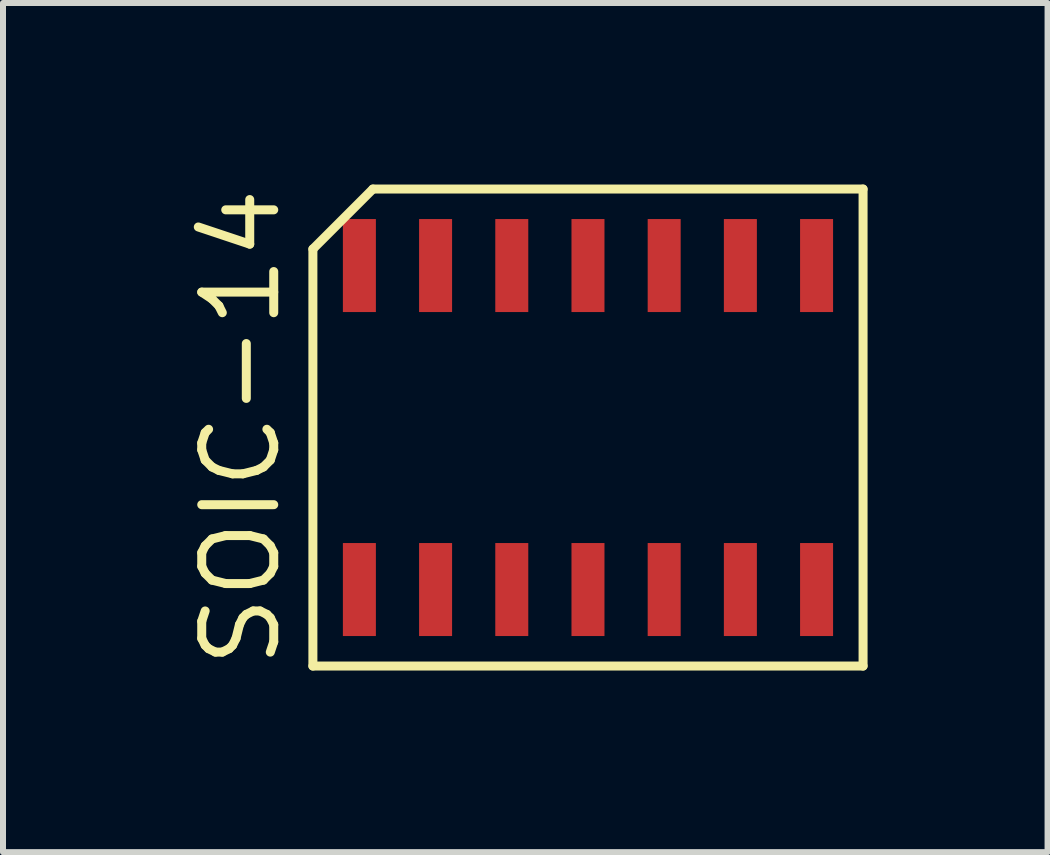
<source format=kicad_pcb>
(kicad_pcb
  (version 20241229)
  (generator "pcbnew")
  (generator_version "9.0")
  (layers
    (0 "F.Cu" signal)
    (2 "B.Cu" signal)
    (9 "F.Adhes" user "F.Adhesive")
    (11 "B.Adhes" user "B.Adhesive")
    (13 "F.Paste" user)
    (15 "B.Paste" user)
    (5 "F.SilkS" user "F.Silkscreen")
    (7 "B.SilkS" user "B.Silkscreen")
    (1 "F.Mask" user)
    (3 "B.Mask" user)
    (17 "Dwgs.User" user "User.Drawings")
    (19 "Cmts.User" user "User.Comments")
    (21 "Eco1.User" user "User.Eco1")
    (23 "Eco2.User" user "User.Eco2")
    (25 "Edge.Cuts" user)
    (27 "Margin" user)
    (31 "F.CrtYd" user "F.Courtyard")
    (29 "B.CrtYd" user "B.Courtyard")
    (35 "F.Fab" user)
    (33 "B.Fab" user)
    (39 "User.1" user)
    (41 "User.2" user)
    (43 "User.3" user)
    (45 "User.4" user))
  (footprint "SOIC-14"
    (layer "F.Cu")
    (at 6.75 4.076)
    (property "Reference" "SOIC-14" (at -5.785 0 90) (layer "F.SilkS") (effects (font (size 1.2 1.2) (thickness 0.15))))
    (attr through_hole)
    (fp_line (start -4.585 -2.975) (end -4.585 3.975) (stroke (width 0.15) (type solid)) (layer "F.SilkS"))
    (fp_line (start -4.585 3.975) (end 4.585 3.975) (stroke (width 0.15) (type solid)) (layer "F.SilkS"))
    (fp_line (start -3.585 -3.975) (end -4.585 -2.975) (stroke (width 0.15) (type solid)) (layer "F.SilkS"))
    (fp_line (start 4.585 -3.975) (end -3.585 -3.975) (stroke (width 0.15) (type solid)) (layer "F.SilkS"))
    (fp_line (start 4.585 3.975) (end 4.585 -3.975) (stroke (width 0.15) (type solid)) (layer "F.SilkS"))
    (pad "1" smd rect (at -3.81 2.7) (size 0.55 1.55) (layers "F.Cu" "F.Mask" "F.Paste"))
    (pad "2" smd rect (at -2.54 2.7) (size 0.55 1.55) (layers "F.Cu" "F.Mask" "F.Paste"))
    (pad "3" smd rect (at -1.27 2.7) (size 0.55 1.55) (layers "F.Cu" "F.Mask" "F.Paste"))
    (pad "4" smd rect (at 0 2.7) (size 0.55 1.55) (layers "F.Cu" "F.Mask" "F.Paste"))
    (pad "5" smd rect (at 1.27 2.7) (size 0.55 1.55) (layers "F.Cu" "F.Mask" "F.Paste"))
    (pad "6" smd rect (at 2.54 2.7) (size 0.55 1.55) (layers "F.Cu" "F.Mask" "F.Paste"))
    (pad "7" smd rect (at 3.81 2.7) (size 0.55 1.55) (layers "F.Cu" "F.Mask" "F.Paste"))
    (pad "8" smd rect (at 3.81 -2.7) (size 0.55 1.55) (layers "F.Cu" "F.Mask" "F.Paste"))
    (pad "9" smd rect (at 2.54 -2.7) (size 0.55 1.55) (layers "F.Cu" "F.Mask" "F.Paste"))
    (pad "10" smd rect (at 1.27 -2.7) (size 0.55 1.55) (layers "F.Cu" "F.Mask" "F.Paste"))
    (pad "11" smd rect (at 0 -2.7) (size 0.55 1.55) (layers "F.Cu" "F.Mask" "F.Paste"))
    (pad "12" smd rect (at -1.27 -2.7) (size 0.55 1.55) (layers "F.Cu" "F.Mask" "F.Paste"))
    (pad "13" smd rect (at -2.54 -2.7) (size 0.55 1.55) (layers "F.Cu" "F.Mask" "F.Paste"))
    (pad "14" smd rect (at -3.81 -2.7) (size 0.55 1.55) (layers "F.Cu" "F.Mask" "F.Paste")))
  (gr_rect
    (start -3 -3)
    (end 14.41 11.153)
    (stroke (width 0.1) (type default))
    (fill no)
    (layer "Edge.Cuts")))
</source>
